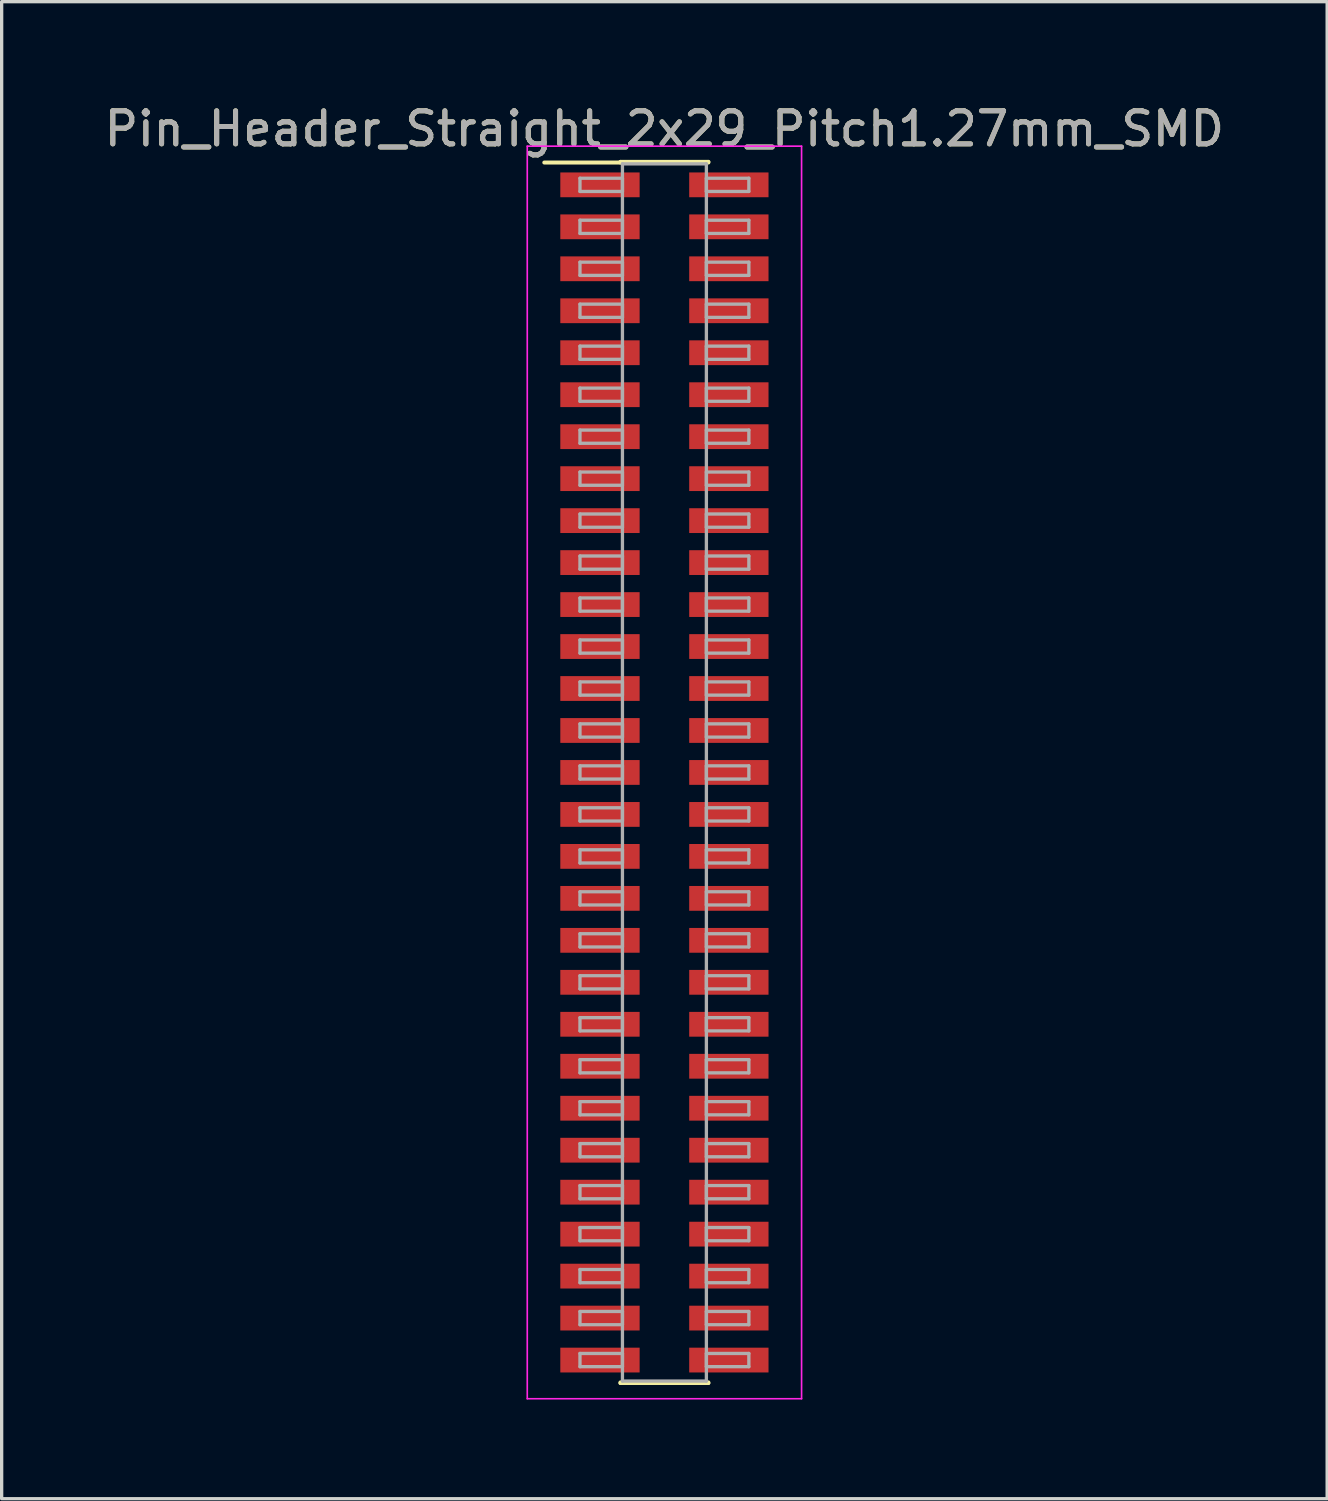
<source format=kicad_pcb>
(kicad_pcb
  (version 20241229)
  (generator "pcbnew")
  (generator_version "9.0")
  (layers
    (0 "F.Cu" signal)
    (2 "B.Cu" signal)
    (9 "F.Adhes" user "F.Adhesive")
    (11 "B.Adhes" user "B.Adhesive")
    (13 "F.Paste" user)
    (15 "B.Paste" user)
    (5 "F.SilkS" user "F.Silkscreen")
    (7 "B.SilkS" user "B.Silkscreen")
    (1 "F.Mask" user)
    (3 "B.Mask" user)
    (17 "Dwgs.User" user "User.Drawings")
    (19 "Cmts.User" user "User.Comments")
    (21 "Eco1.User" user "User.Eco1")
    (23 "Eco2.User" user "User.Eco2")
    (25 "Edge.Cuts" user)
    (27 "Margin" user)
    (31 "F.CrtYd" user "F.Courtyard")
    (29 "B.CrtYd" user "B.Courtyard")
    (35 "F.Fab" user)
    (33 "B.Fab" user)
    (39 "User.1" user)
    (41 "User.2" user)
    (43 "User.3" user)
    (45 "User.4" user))
  (footprint "Pin_Header_Straight_2x29_Pitch1.27mm_SMD"
    (layer "F.Cu")
    (at 17.054 20.323)
    (property "Reference" "Pin_Header_Straight_2x29_Pitch1.27mm_SMD" (at 0 -19.475 0) (layer "F.SilkS") (effects (font (size 1 1) (thickness 0.15))))
    (attr smd)
    (fp_line (start -3.635 -18.455) (end -1.33 -18.455) (stroke (width 0.12) (type solid)) (layer "F.SilkS"))
    (fp_line (start -1.33 -18.475) (end 1.33 -18.475) (stroke (width 0.12) (type solid)) (layer "F.SilkS"))
    (fp_line (start -1.33 -18.455) (end -1.33 -18.475) (stroke (width 0.12) (type solid)) (layer "F.SilkS"))
    (fp_line (start -1.33 18.455) (end -1.33 18.475) (stroke (width 0.12) (type solid)) (layer "F.SilkS"))
    (fp_line (start -1.33 18.475) (end 1.33 18.475) (stroke (width 0.12) (type solid)) (layer "F.SilkS"))
    (fp_line (start 1.33 -18.475) (end 1.33 -18.455) (stroke (width 0.12) (type solid)) (layer "F.SilkS"))
    (fp_line (start 1.33 18.475) (end 1.33 18.455) (stroke (width 0.12) (type solid)) (layer "F.SilkS"))
    (fp_line (start -4.15 -18.95) (end -4.15 18.95) (stroke (width 0.05) (type solid)) (layer "F.CrtYd"))
    (fp_line (start -4.15 18.95) (end 4.15 18.95) (stroke (width 0.05) (type solid)) (layer "F.CrtYd"))
    (fp_line (start 4.15 -18.95) (end -4.15 -18.95) (stroke (width 0.05) (type solid)) (layer "F.CrtYd"))
    (fp_line (start 4.15 18.95) (end 4.15 -18.95) (stroke (width 0.05) (type solid)) (layer "F.CrtYd"))
    (fp_line (start -2.555 -17.98) (end -1.27 -17.98) (stroke (width 0.1) (type solid)) (layer "F.Fab"))
    (fp_line (start -2.555 -17.58) (end -2.555 -17.98) (stroke (width 0.1) (type solid)) (layer "F.Fab"))
    (fp_line (start -2.555 -16.71) (end -1.27 -16.71) (stroke (width 0.1) (type solid)) (layer "F.Fab"))
    (fp_line (start -2.555 -16.31) (end -2.555 -16.71) (stroke (width 0.1) (type solid)) (layer "F.Fab"))
    (fp_line (start -2.555 -15.44) (end -1.27 -15.44) (stroke (width 0.1) (type solid)) (layer "F.Fab"))
    (fp_line (start -2.555 -15.04) (end -2.555 -15.44) (stroke (width 0.1) (type solid)) (layer "F.Fab"))
    (fp_line (start -2.555 -14.17) (end -1.27 -14.17) (stroke (width 0.1) (type solid)) (layer "F.Fab"))
    (fp_line (start -2.555 -13.77) (end -2.555 -14.17) (stroke (width 0.1) (type solid)) (layer "F.Fab"))
    (fp_line (start -2.555 -12.9) (end -1.27 -12.9) (stroke (width 0.1) (type solid)) (layer "F.Fab"))
    (fp_line (start -2.555 -12.5) (end -2.555 -12.9) (stroke (width 0.1) (type solid)) (layer "F.Fab"))
    (fp_line (start -2.555 -11.63) (end -1.27 -11.63) (stroke (width 0.1) (type solid)) (layer "F.Fab"))
    (fp_line (start -2.555 -11.23) (end -2.555 -11.63) (stroke (width 0.1) (type solid)) (layer "F.Fab"))
    (fp_line (start -2.555 -10.36) (end -1.27 -10.36) (stroke (width 0.1) (type solid)) (layer "F.Fab"))
    (fp_line (start -2.555 -9.96) (end -2.555 -10.36) (stroke (width 0.1) (type solid)) (layer "F.Fab"))
    (fp_line (start -2.555 -9.09) (end -1.27 -9.09) (stroke (width 0.1) (type solid)) (layer "F.Fab"))
    (fp_line (start -2.555 -8.69) (end -2.555 -9.09) (stroke (width 0.1) (type solid)) (layer "F.Fab"))
    (fp_line (start -2.555 -7.82) (end -1.27 -7.82) (stroke (width 0.1) (type solid)) (layer "F.Fab"))
    (fp_line (start -2.555 -7.42) (end -2.555 -7.82) (stroke (width 0.1) (type solid)) (layer "F.Fab"))
    (fp_line (start -2.555 -6.55) (end -1.27 -6.55) (stroke (width 0.1) (type solid)) (layer "F.Fab"))
    (fp_line (start -2.555 -6.15) (end -2.555 -6.55) (stroke (width 0.1) (type solid)) (layer "F.Fab"))
    (fp_line (start -2.555 -5.28) (end -1.27 -5.28) (stroke (width 0.1) (type solid)) (layer "F.Fab"))
    (fp_line (start -2.555 -4.88) (end -2.555 -5.28) (stroke (width 0.1) (type solid)) (layer "F.Fab"))
    (fp_line (start -2.555 -4.01) (end -1.27 -4.01) (stroke (width 0.1) (type solid)) (layer "F.Fab"))
    (fp_line (start -2.555 -3.61) (end -2.555 -4.01) (stroke (width 0.1) (type solid)) (layer "F.Fab"))
    (fp_line (start -2.555 -2.74) (end -1.27 -2.74) (stroke (width 0.1) (type solid)) (layer "F.Fab"))
    (fp_line (start -2.555 -2.34) (end -2.555 -2.74) (stroke (width 0.1) (type solid)) (layer "F.Fab"))
    (fp_line (start -2.555 -1.47) (end -1.27 -1.47) (stroke (width 0.1) (type solid)) (layer "F.Fab"))
    (fp_line (start -2.555 -1.07) (end -2.555 -1.47) (stroke (width 0.1) (type solid)) (layer "F.Fab"))
    (fp_line (start -2.555 -0.2) (end -1.27 -0.2) (stroke (width 0.1) (type solid)) (layer "F.Fab"))
    (fp_line (start -2.555 0.2) (end -2.555 -0.2) (stroke (width 0.1) (type solid)) (layer "F.Fab"))
    (fp_line (start -2.555 1.07) (end -1.27 1.07) (stroke (width 0.1) (type solid)) (layer "F.Fab"))
    (fp_line (start -2.555 1.47) (end -2.555 1.07) (stroke (width 0.1) (type solid)) (layer "F.Fab"))
    (fp_line (start -2.555 2.34) (end -1.27 2.34) (stroke (width 0.1) (type solid)) (layer "F.Fab"))
    (fp_line (start -2.555 2.74) (end -2.555 2.34) (stroke (width 0.1) (type solid)) (layer "F.Fab"))
    (fp_line (start -2.555 3.61) (end -1.27 3.61) (stroke (width 0.1) (type solid)) (layer "F.Fab"))
    (fp_line (start -2.555 4.01) (end -2.555 3.61) (stroke (width 0.1) (type solid)) (layer "F.Fab"))
    (fp_line (start -2.555 4.88) (end -1.27 4.88) (stroke (width 0.1) (type solid)) (layer "F.Fab"))
    (fp_line (start -2.555 5.28) (end -2.555 4.88) (stroke (width 0.1) (type solid)) (layer "F.Fab"))
    (fp_line (start -2.555 6.15) (end -1.27 6.15) (stroke (width 0.1) (type solid)) (layer "F.Fab"))
    (fp_line (start -2.555 6.55) (end -2.555 6.15) (stroke (width 0.1) (type solid)) (layer "F.Fab"))
    (fp_line (start -2.555 7.42) (end -1.27 7.42) (stroke (width 0.1) (type solid)) (layer "F.Fab"))
    (fp_line (start -2.555 7.82) (end -2.555 7.42) (stroke (width 0.1) (type solid)) (layer "F.Fab"))
    (fp_line (start -2.555 8.69) (end -1.27 8.69) (stroke (width 0.1) (type solid)) (layer "F.Fab"))
    (fp_line (start -2.555 9.09) (end -2.555 8.69) (stroke (width 0.1) (type solid)) (layer "F.Fab"))
    (fp_line (start -2.555 9.96) (end -1.27 9.96) (stroke (width 0.1) (type solid)) (layer "F.Fab"))
    (fp_line (start -2.555 10.36) (end -2.555 9.96) (stroke (width 0.1) (type solid)) (layer "F.Fab"))
    (fp_line (start -2.555 11.23) (end -1.27 11.23) (stroke (width 0.1) (type solid)) (layer "F.Fab"))
    (fp_line (start -2.555 11.63) (end -2.555 11.23) (stroke (width 0.1) (type solid)) (layer "F.Fab"))
    (fp_line (start -2.555 12.5) (end -1.27 12.5) (stroke (width 0.1) (type solid)) (layer "F.Fab"))
    (fp_line (start -2.555 12.9) (end -2.555 12.5) (stroke (width 0.1) (type solid)) (layer "F.Fab"))
    (fp_line (start -2.555 13.77) (end -1.27 13.77) (stroke (width 0.1) (type solid)) (layer "F.Fab"))
    (fp_line (start -2.555 14.17) (end -2.555 13.77) (stroke (width 0.1) (type solid)) (layer "F.Fab"))
    (fp_line (start -2.555 15.04) (end -1.27 15.04) (stroke (width 0.1) (type solid)) (layer "F.Fab"))
    (fp_line (start -2.555 15.44) (end -2.555 15.04) (stroke (width 0.1) (type solid)) (layer "F.Fab"))
    (fp_line (start -2.555 16.31) (end -1.27 16.31) (stroke (width 0.1) (type solid)) (layer "F.Fab"))
    (fp_line (start -2.555 16.71) (end -2.555 16.31) (stroke (width 0.1) (type solid)) (layer "F.Fab"))
    (fp_line (start -2.555 17.58) (end -1.27 17.58) (stroke (width 0.1) (type solid)) (layer "F.Fab"))
    (fp_line (start -2.555 17.98) (end -2.555 17.58) (stroke (width 0.1) (type solid)) (layer "F.Fab"))
    (fp_line (start -1.27 -18.415) (end -1.27 18.415) (stroke (width 0.1) (type solid)) (layer "F.Fab"))
    (fp_line (start -1.27 -17.98) (end -1.27 -17.58) (stroke (width 0.1) (type solid)) (layer "F.Fab"))
    (fp_line (start -1.27 -17.58) (end -2.555 -17.58) (stroke (width 0.1) (type solid)) (layer "F.Fab"))
    (fp_line (start -1.27 -16.71) (end -1.27 -16.31) (stroke (width 0.1) (type solid)) (layer "F.Fab"))
    (fp_line (start -1.27 -16.31) (end -2.555 -16.31) (stroke (width 0.1) (type solid)) (layer "F.Fab"))
    (fp_line (start -1.27 -15.44) (end -1.27 -15.04) (stroke (width 0.1) (type solid)) (layer "F.Fab"))
    (fp_line (start -1.27 -15.04) (end -2.555 -15.04) (stroke (width 0.1) (type solid)) (layer "F.Fab"))
    (fp_line (start -1.27 -14.17) (end -1.27 -13.77) (stroke (width 0.1) (type solid)) (layer "F.Fab"))
    (fp_line (start -1.27 -13.77) (end -2.555 -13.77) (stroke (width 0.1) (type solid)) (layer "F.Fab"))
    (fp_line (start -1.27 -12.9) (end -1.27 -12.5) (stroke (width 0.1) (type solid)) (layer "F.Fab"))
    (fp_line (start -1.27 -12.5) (end -2.555 -12.5) (stroke (width 0.1) (type solid)) (layer "F.Fab"))
    (fp_line (start -1.27 -11.63) (end -1.27 -11.23) (stroke (width 0.1) (type solid)) (layer "F.Fab"))
    (fp_line (start -1.27 -11.23) (end -2.555 -11.23) (stroke (width 0.1) (type solid)) (layer "F.Fab"))
    (fp_line (start -1.27 -10.36) (end -1.27 -9.96) (stroke (width 0.1) (type solid)) (layer "F.Fab"))
    (fp_line (start -1.27 -9.96) (end -2.555 -9.96) (stroke (width 0.1) (type solid)) (layer "F.Fab"))
    (fp_line (start -1.27 -9.09) (end -1.27 -8.69) (stroke (width 0.1) (type solid)) (layer "F.Fab"))
    (fp_line (start -1.27 -8.69) (end -2.555 -8.69) (stroke (width 0.1) (type solid)) (layer "F.Fab"))
    (fp_line (start -1.27 -7.82) (end -1.27 -7.42) (stroke (width 0.1) (type solid)) (layer "F.Fab"))
    (fp_line (start -1.27 -7.42) (end -2.555 -7.42) (stroke (width 0.1) (type solid)) (layer "F.Fab"))
    (fp_line (start -1.27 -6.55) (end -1.27 -6.15) (stroke (width 0.1) (type solid)) (layer "F.Fab"))
    (fp_line (start -1.27 -6.15) (end -2.555 -6.15) (stroke (width 0.1) (type solid)) (layer "F.Fab"))
    (fp_line (start -1.27 -5.28) (end -1.27 -4.88) (stroke (width 0.1) (type solid)) (layer "F.Fab"))
    (fp_line (start -1.27 -4.88) (end -2.555 -4.88) (stroke (width 0.1) (type solid)) (layer "F.Fab"))
    (fp_line (start -1.27 -4.01) (end -1.27 -3.61) (stroke (width 0.1) (type solid)) (layer "F.Fab"))
    (fp_line (start -1.27 -3.61) (end -2.555 -3.61) (stroke (width 0.1) (type solid)) (layer "F.Fab"))
    (fp_line (start -1.27 -2.74) (end -1.27 -2.34) (stroke (width 0.1) (type solid)) (layer "F.Fab"))
    (fp_line (start -1.27 -2.34) (end -2.555 -2.34) (stroke (width 0.1) (type solid)) (layer "F.Fab"))
    (fp_line (start -1.27 -1.47) (end -1.27 -1.07) (stroke (width 0.1) (type solid)) (layer "F.Fab"))
    (fp_line (start -1.27 -1.07) (end -2.555 -1.07) (stroke (width 0.1) (type solid)) (layer "F.Fab"))
    (fp_line (start -1.27 -0.2) (end -1.27 0.2) (stroke (width 0.1) (type solid)) (layer "F.Fab"))
    (fp_line (start -1.27 0.2) (end -2.555 0.2) (stroke (width 0.1) (type solid)) (layer "F.Fab"))
    (fp_line (start -1.27 1.07) (end -1.27 1.47) (stroke (width 0.1) (type solid)) (layer "F.Fab"))
    (fp_line (start -1.27 1.47) (end -2.555 1.47) (stroke (width 0.1) (type solid)) (layer "F.Fab"))
    (fp_line (start -1.27 2.34) (end -1.27 2.74) (stroke (width 0.1) (type solid)) (layer "F.Fab"))
    (fp_line (start -1.27 2.74) (end -2.555 2.74) (stroke (width 0.1) (type solid)) (layer "F.Fab"))
    (fp_line (start -1.27 3.61) (end -1.27 4.01) (stroke (width 0.1) (type solid)) (layer "F.Fab"))
    (fp_line (start -1.27 4.01) (end -2.555 4.01) (stroke (width 0.1) (type solid)) (layer "F.Fab"))
    (fp_line (start -1.27 4.88) (end -1.27 5.28) (stroke (width 0.1) (type solid)) (layer "F.Fab"))
    (fp_line (start -1.27 5.28) (end -2.555 5.28) (stroke (width 0.1) (type solid)) (layer "F.Fab"))
    (fp_line (start -1.27 6.15) (end -1.27 6.55) (stroke (width 0.1) (type solid)) (layer "F.Fab"))
    (fp_line (start -1.27 6.55) (end -2.555 6.55) (stroke (width 0.1) (type solid)) (layer "F.Fab"))
    (fp_line (start -1.27 7.42) (end -1.27 7.82) (stroke (width 0.1) (type solid)) (layer "F.Fab"))
    (fp_line (start -1.27 7.82) (end -2.555 7.82) (stroke (width 0.1) (type solid)) (layer "F.Fab"))
    (fp_line (start -1.27 8.69) (end -1.27 9.09) (stroke (width 0.1) (type solid)) (layer "F.Fab"))
    (fp_line (start -1.27 9.09) (end -2.555 9.09) (stroke (width 0.1) (type solid)) (layer "F.Fab"))
    (fp_line (start -1.27 9.96) (end -1.27 10.36) (stroke (width 0.1) (type solid)) (layer "F.Fab"))
    (fp_line (start -1.27 10.36) (end -2.555 10.36) (stroke (width 0.1) (type solid)) (layer "F.Fab"))
    (fp_line (start -1.27 11.23) (end -1.27 11.63) (stroke (width 0.1) (type solid)) (layer "F.Fab"))
    (fp_line (start -1.27 11.63) (end -2.555 11.63) (stroke (width 0.1) (type solid)) (layer "F.Fab"))
    (fp_line (start -1.27 12.5) (end -1.27 12.9) (stroke (width 0.1) (type solid)) (layer "F.Fab"))
    (fp_line (start -1.27 12.9) (end -2.555 12.9) (stroke (width 0.1) (type solid)) (layer "F.Fab"))
    (fp_line (start -1.27 13.77) (end -1.27 14.17) (stroke (width 0.1) (type solid)) (layer "F.Fab"))
    (fp_line (start -1.27 14.17) (end -2.555 14.17) (stroke (width 0.1) (type solid)) (layer "F.Fab"))
    (fp_line (start -1.27 15.04) (end -1.27 15.44) (stroke (width 0.1) (type solid)) (layer "F.Fab"))
    (fp_line (start -1.27 15.44) (end -2.555 15.44) (stroke (width 0.1) (type solid)) (layer "F.Fab"))
    (fp_line (start -1.27 16.31) (end -1.27 16.71) (stroke (width 0.1) (type solid)) (layer "F.Fab"))
    (fp_line (start -1.27 16.71) (end -2.555 16.71) (stroke (width 0.1) (type solid)) (layer "F.Fab"))
    (fp_line (start -1.27 17.58) (end -1.27 17.98) (stroke (width 0.1) (type solid)) (layer "F.Fab"))
    (fp_line (start -1.27 17.98) (end -2.555 17.98) (stroke (width 0.1) (type solid)) (layer "F.Fab"))
    (fp_line (start -1.27 18.415) (end 1.27 18.415) (stroke (width 0.1) (type solid)) (layer "F.Fab"))
    (fp_line (start 1.27 -18.415) (end -1.27 -18.415) (stroke (width 0.1) (type solid)) (layer "F.Fab"))
    (fp_line (start 1.27 -17.98) (end 1.27 -17.58) (stroke (width 0.1) (type solid)) (layer "F.Fab"))
    (fp_line (start 1.27 -17.58) (end 2.555 -17.58) (stroke (width 0.1) (type solid)) (layer "F.Fab"))
    (fp_line (start 1.27 -16.71) (end 1.27 -16.31) (stroke (width 0.1) (type solid)) (layer "F.Fab"))
    (fp_line (start 1.27 -16.31) (end 2.555 -16.31) (stroke (width 0.1) (type solid)) (layer "F.Fab"))
    (fp_line (start 1.27 -15.44) (end 1.27 -15.04) (stroke (width 0.1) (type solid)) (layer "F.Fab"))
    (fp_line (start 1.27 -15.04) (end 2.555 -15.04) (stroke (width 0.1) (type solid)) (layer "F.Fab"))
    (fp_line (start 1.27 -14.17) (end 1.27 -13.77) (stroke (width 0.1) (type solid)) (layer "F.Fab"))
    (fp_line (start 1.27 -13.77) (end 2.555 -13.77) (stroke (width 0.1) (type solid)) (layer "F.Fab"))
    (fp_line (start 1.27 -12.9) (end 1.27 -12.5) (stroke (width 0.1) (type solid)) (layer "F.Fab"))
    (fp_line (start 1.27 -12.5) (end 2.555 -12.5) (stroke (width 0.1) (type solid)) (layer "F.Fab"))
    (fp_line (start 1.27 -11.63) (end 1.27 -11.23) (stroke (width 0.1) (type solid)) (layer "F.Fab"))
    (fp_line (start 1.27 -11.23) (end 2.555 -11.23) (stroke (width 0.1) (type solid)) (layer "F.Fab"))
    (fp_line (start 1.27 -10.36) (end 1.27 -9.96) (stroke (width 0.1) (type solid)) (layer "F.Fab"))
    (fp_line (start 1.27 -9.96) (end 2.555 -9.96) (stroke (width 0.1) (type solid)) (layer "F.Fab"))
    (fp_line (start 1.27 -9.09) (end 1.27 -8.69) (stroke (width 0.1) (type solid)) (layer "F.Fab"))
    (fp_line (start 1.27 -8.69) (end 2.555 -8.69) (stroke (width 0.1) (type solid)) (layer "F.Fab"))
    (fp_line (start 1.27 -7.82) (end 1.27 -7.42) (stroke (width 0.1) (type solid)) (layer "F.Fab"))
    (fp_line (start 1.27 -7.42) (end 2.555 -7.42) (stroke (width 0.1) (type solid)) (layer "F.Fab"))
    (fp_line (start 1.27 -6.55) (end 1.27 -6.15) (stroke (width 0.1) (type solid)) (layer "F.Fab"))
    (fp_line (start 1.27 -6.15) (end 2.555 -6.15) (stroke (width 0.1) (type solid)) (layer "F.Fab"))
    (fp_line (start 1.27 -5.28) (end 1.27 -4.88) (stroke (width 0.1) (type solid)) (layer "F.Fab"))
    (fp_line (start 1.27 -4.88) (end 2.555 -4.88) (stroke (width 0.1) (type solid)) (layer "F.Fab"))
    (fp_line (start 1.27 -4.01) (end 1.27 -3.61) (stroke (width 0.1) (type solid)) (layer "F.Fab"))
    (fp_line (start 1.27 -3.61) (end 2.555 -3.61) (stroke (width 0.1) (type solid)) (layer "F.Fab"))
    (fp_line (start 1.27 -2.74) (end 1.27 -2.34) (stroke (width 0.1) (type solid)) (layer "F.Fab"))
    (fp_line (start 1.27 -2.34) (end 2.555 -2.34) (stroke (width 0.1) (type solid)) (layer "F.Fab"))
    (fp_line (start 1.27 -1.47) (end 1.27 -1.07) (stroke (width 0.1) (type solid)) (layer "F.Fab"))
    (fp_line (start 1.27 -1.07) (end 2.555 -1.07) (stroke (width 0.1) (type solid)) (layer "F.Fab"))
    (fp_line (start 1.27 -0.2) (end 1.27 0.2) (stroke (width 0.1) (type solid)) (layer "F.Fab"))
    (fp_line (start 1.27 0.2) (end 2.555 0.2) (stroke (width 0.1) (type solid)) (layer "F.Fab"))
    (fp_line (start 1.27 1.07) (end 1.27 1.47) (stroke (width 0.1) (type solid)) (layer "F.Fab"))
    (fp_line (start 1.27 1.47) (end 2.555 1.47) (stroke (width 0.1) (type solid)) (layer "F.Fab"))
    (fp_line (start 1.27 2.34) (end 1.27 2.74) (stroke (width 0.1) (type solid)) (layer "F.Fab"))
    (fp_line (start 1.27 2.74) (end 2.555 2.74) (stroke (width 0.1) (type solid)) (layer "F.Fab"))
    (fp_line (start 1.27 3.61) (end 1.27 4.01) (stroke (width 0.1) (type solid)) (layer "F.Fab"))
    (fp_line (start 1.27 4.01) (end 2.555 4.01) (stroke (width 0.1) (type solid)) (layer "F.Fab"))
    (fp_line (start 1.27 4.88) (end 1.27 5.28) (stroke (width 0.1) (type solid)) (layer "F.Fab"))
    (fp_line (start 1.27 5.28) (end 2.555 5.28) (stroke (width 0.1) (type solid)) (layer "F.Fab"))
    (fp_line (start 1.27 6.15) (end 1.27 6.55) (stroke (width 0.1) (type solid)) (layer "F.Fab"))
    (fp_line (start 1.27 6.55) (end 2.555 6.55) (stroke (width 0.1) (type solid)) (layer "F.Fab"))
    (fp_line (start 1.27 7.42) (end 1.27 7.82) (stroke (width 0.1) (type solid)) (layer "F.Fab"))
    (fp_line (start 1.27 7.82) (end 2.555 7.82) (stroke (width 0.1) (type solid)) (layer "F.Fab"))
    (fp_line (start 1.27 8.69) (end 1.27 9.09) (stroke (width 0.1) (type solid)) (layer "F.Fab"))
    (fp_line (start 1.27 9.09) (end 2.555 9.09) (stroke (width 0.1) (type solid)) (layer "F.Fab"))
    (fp_line (start 1.27 9.96) (end 1.27 10.36) (stroke (width 0.1) (type solid)) (layer "F.Fab"))
    (fp_line (start 1.27 10.36) (end 2.555 10.36) (stroke (width 0.1) (type solid)) (layer "F.Fab"))
    (fp_line (start 1.27 11.23) (end 1.27 11.63) (stroke (width 0.1) (type solid)) (layer "F.Fab"))
    (fp_line (start 1.27 11.63) (end 2.555 11.63) (stroke (width 0.1) (type solid)) (layer "F.Fab"))
    (fp_line (start 1.27 12.5) (end 1.27 12.9) (stroke (width 0.1) (type solid)) (layer "F.Fab"))
    (fp_line (start 1.27 12.9) (end 2.555 12.9) (stroke (width 0.1) (type solid)) (layer "F.Fab"))
    (fp_line (start 1.27 13.77) (end 1.27 14.17) (stroke (width 0.1) (type solid)) (layer "F.Fab"))
    (fp_line (start 1.27 14.17) (end 2.555 14.17) (stroke (width 0.1) (type solid)) (layer "F.Fab"))
    (fp_line (start 1.27 15.04) (end 1.27 15.44) (stroke (width 0.1) (type solid)) (layer "F.Fab"))
    (fp_line (start 1.27 15.44) (end 2.555 15.44) (stroke (width 0.1) (type solid)) (layer "F.Fab"))
    (fp_line (start 1.27 16.31) (end 1.27 16.71) (stroke (width 0.1) (type solid)) (layer "F.Fab"))
    (fp_line (start 1.27 16.71) (end 2.555 16.71) (stroke (width 0.1) (type solid)) (layer "F.Fab"))
    (fp_line (start 1.27 17.58) (end 1.27 17.98) (stroke (width 0.1) (type solid)) (layer "F.Fab"))
    (fp_line (start 1.27 17.98) (end 2.555 17.98) (stroke (width 0.1) (type solid)) (layer "F.Fab"))
    (fp_line (start 1.27 18.415) (end 1.27 -18.415) (stroke (width 0.1) (type solid)) (layer "F.Fab"))
    (fp_line (start 2.555 -17.98) (end 1.27 -17.98) (stroke (width 0.1) (type solid)) (layer "F.Fab"))
    (fp_line (start 2.555 -17.58) (end 2.555 -17.98) (stroke (width 0.1) (type solid)) (layer "F.Fab"))
    (fp_line (start 2.555 -16.71) (end 1.27 -16.71) (stroke (width 0.1) (type solid)) (layer "F.Fab"))
    (fp_line (start 2.555 -16.31) (end 2.555 -16.71) (stroke (width 0.1) (type solid)) (layer "F.Fab"))
    (fp_line (start 2.555 -15.44) (end 1.27 -15.44) (stroke (width 0.1) (type solid)) (layer "F.Fab"))
    (fp_line (start 2.555 -15.04) (end 2.555 -15.44) (stroke (width 0.1) (type solid)) (layer "F.Fab"))
    (fp_line (start 2.555 -14.17) (end 1.27 -14.17) (stroke (width 0.1) (type solid)) (layer "F.Fab"))
    (fp_line (start 2.555 -13.77) (end 2.555 -14.17) (stroke (width 0.1) (type solid)) (layer "F.Fab"))
    (fp_line (start 2.555 -12.9) (end 1.27 -12.9) (stroke (width 0.1) (type solid)) (layer "F.Fab"))
    (fp_line (start 2.555 -12.5) (end 2.555 -12.9) (stroke (width 0.1) (type solid)) (layer "F.Fab"))
    (fp_line (start 2.555 -11.63) (end 1.27 -11.63) (stroke (width 0.1) (type solid)) (layer "F.Fab"))
    (fp_line (start 2.555 -11.23) (end 2.555 -11.63) (stroke (width 0.1) (type solid)) (layer "F.Fab"))
    (fp_line (start 2.555 -10.36) (end 1.27 -10.36) (stroke (width 0.1) (type solid)) (layer "F.Fab"))
    (fp_line (start 2.555 -9.96) (end 2.555 -10.36) (stroke (width 0.1) (type solid)) (layer "F.Fab"))
    (fp_line (start 2.555 -9.09) (end 1.27 -9.09) (stroke (width 0.1) (type solid)) (layer "F.Fab"))
    (fp_line (start 2.555 -8.69) (end 2.555 -9.09) (stroke (width 0.1) (type solid)) (layer "F.Fab"))
    (fp_line (start 2.555 -7.82) (end 1.27 -7.82) (stroke (width 0.1) (type solid)) (layer "F.Fab"))
    (fp_line (start 2.555 -7.42) (end 2.555 -7.82) (stroke (width 0.1) (type solid)) (layer "F.Fab"))
    (fp_line (start 2.555 -6.55) (end 1.27 -6.55) (stroke (width 0.1) (type solid)) (layer "F.Fab"))
    (fp_line (start 2.555 -6.15) (end 2.555 -6.55) (stroke (width 0.1) (type solid)) (layer "F.Fab"))
    (fp_line (start 2.555 -5.28) (end 1.27 -5.28) (stroke (width 0.1) (type solid)) (layer "F.Fab"))
    (fp_line (start 2.555 -4.88) (end 2.555 -5.28) (stroke (width 0.1) (type solid)) (layer "F.Fab"))
    (fp_line (start 2.555 -4.01) (end 1.27 -4.01) (stroke (width 0.1) (type solid)) (layer "F.Fab"))
    (fp_line (start 2.555 -3.61) (end 2.555 -4.01) (stroke (width 0.1) (type solid)) (layer "F.Fab"))
    (fp_line (start 2.555 -2.74) (end 1.27 -2.74) (stroke (width 0.1) (type solid)) (layer "F.Fab"))
    (fp_line (start 2.555 -2.34) (end 2.555 -2.74) (stroke (width 0.1) (type solid)) (layer "F.Fab"))
    (fp_line (start 2.555 -1.47) (end 1.27 -1.47) (stroke (width 0.1) (type solid)) (layer "F.Fab"))
    (fp_line (start 2.555 -1.07) (end 2.555 -1.47) (stroke (width 0.1) (type solid)) (layer "F.Fab"))
    (fp_line (start 2.555 -0.2) (end 1.27 -0.2) (stroke (width 0.1) (type solid)) (layer "F.Fab"))
    (fp_line (start 2.555 0.2) (end 2.555 -0.2) (stroke (width 0.1) (type solid)) (layer "F.Fab"))
    (fp_line (start 2.555 1.07) (end 1.27 1.07) (stroke (width 0.1) (type solid)) (layer "F.Fab"))
    (fp_line (start 2.555 1.47) (end 2.555 1.07) (stroke (width 0.1) (type solid)) (layer "F.Fab"))
    (fp_line (start 2.555 2.34) (end 1.27 2.34) (stroke (width 0.1) (type solid)) (layer "F.Fab"))
    (fp_line (start 2.555 2.74) (end 2.555 2.34) (stroke (width 0.1) (type solid)) (layer "F.Fab"))
    (fp_line (start 2.555 3.61) (end 1.27 3.61) (stroke (width 0.1) (type solid)) (layer "F.Fab"))
    (fp_line (start 2.555 4.01) (end 2.555 3.61) (stroke (width 0.1) (type solid)) (layer "F.Fab"))
    (fp_line (start 2.555 4.88) (end 1.27 4.88) (stroke (width 0.1) (type solid)) (layer "F.Fab"))
    (fp_line (start 2.555 5.28) (end 2.555 4.88) (stroke (width 0.1) (type solid)) (layer "F.Fab"))
    (fp_line (start 2.555 6.15) (end 1.27 6.15) (stroke (width 0.1) (type solid)) (layer "F.Fab"))
    (fp_line (start 2.555 6.55) (end 2.555 6.15) (stroke (width 0.1) (type solid)) (layer "F.Fab"))
    (fp_line (start 2.555 7.42) (end 1.27 7.42) (stroke (width 0.1) (type solid)) (layer "F.Fab"))
    (fp_line (start 2.555 7.82) (end 2.555 7.42) (stroke (width 0.1) (type solid)) (layer "F.Fab"))
    (fp_line (start 2.555 8.69) (end 1.27 8.69) (stroke (width 0.1) (type solid)) (layer "F.Fab"))
    (fp_line (start 2.555 9.09) (end 2.555 8.69) (stroke (width 0.1) (type solid)) (layer "F.Fab"))
    (fp_line (start 2.555 9.96) (end 1.27 9.96) (stroke (width 0.1) (type solid)) (layer "F.Fab"))
    (fp_line (start 2.555 10.36) (end 2.555 9.96) (stroke (width 0.1) (type solid)) (layer "F.Fab"))
    (fp_line (start 2.555 11.23) (end 1.27 11.23) (stroke (width 0.1) (type solid)) (layer "F.Fab"))
    (fp_line (start 2.555 11.63) (end 2.555 11.23) (stroke (width 0.1) (type solid)) (layer "F.Fab"))
    (fp_line (start 2.555 12.5) (end 1.27 12.5) (stroke (width 0.1) (type solid)) (layer "F.Fab"))
    (fp_line (start 2.555 12.9) (end 2.555 12.5) (stroke (width 0.1) (type solid)) (layer "F.Fab"))
    (fp_line (start 2.555 13.77) (end 1.27 13.77) (stroke (width 0.1) (type solid)) (layer "F.Fab"))
    (fp_line (start 2.555 14.17) (end 2.555 13.77) (stroke (width 0.1) (type solid)) (layer "F.Fab"))
    (fp_line (start 2.555 15.04) (end 1.27 15.04) (stroke (width 0.1) (type solid)) (layer "F.Fab"))
    (fp_line (start 2.555 15.44) (end 2.555 15.04) (stroke (width 0.1) (type solid)) (layer "F.Fab"))
    (fp_line (start 2.555 16.31) (end 1.27 16.31) (stroke (width 0.1) (type solid)) (layer "F.Fab"))
    (fp_line (start 2.555 16.71) (end 2.555 16.31) (stroke (width 0.1) (type solid)) (layer "F.Fab"))
    (fp_line (start 2.555 17.58) (end 1.27 17.58) (stroke (width 0.1) (type solid)) (layer "F.Fab"))
    (fp_line (start 2.555 17.98) (end 2.555 17.58) (stroke (width 0.1) (type solid)) (layer "F.Fab"))
    (fp_text user "${REFERENCE}" (at 0 -19.475 0) (layer "F.Fab") (effects (font (size 1 1) (thickness 0.15))))
    (pad "1" smd rect (at -1.95 -17.78) (size 2.4 0.75) (layers "F.Cu" "F.Mask" "F.Paste"))
    (pad "2" smd rect (at 1.95 -17.78) (size 2.4 0.75) (layers "F.Cu" "F.Mask" "F.Paste"))
    (pad "3" smd rect (at -1.95 -16.51) (size 2.4 0.75) (layers "F.Cu" "F.Mask" "F.Paste"))
    (pad "4" smd rect (at 1.95 -16.51) (size 2.4 0.75) (layers "F.Cu" "F.Mask" "F.Paste"))
    (pad "5" smd rect (at -1.95 -15.24) (size 2.4 0.75) (layers "F.Cu" "F.Mask" "F.Paste"))
    (pad "6" smd rect (at 1.95 -15.24) (size 2.4 0.75) (layers "F.Cu" "F.Mask" "F.Paste"))
    (pad "7" smd rect (at -1.95 -13.97) (size 2.4 0.75) (layers "F.Cu" "F.Mask" "F.Paste"))
    (pad "8" smd rect (at 1.95 -13.97) (size 2.4 0.75) (layers "F.Cu" "F.Mask" "F.Paste"))
    (pad "9" smd rect (at -1.95 -12.7) (size 2.4 0.75) (layers "F.Cu" "F.Mask" "F.Paste"))
    (pad "10" smd rect (at 1.95 -12.7) (size 2.4 0.75) (layers "F.Cu" "F.Mask" "F.Paste"))
    (pad "11" smd rect (at -1.95 -11.43) (size 2.4 0.75) (layers "F.Cu" "F.Mask" "F.Paste"))
    (pad "12" smd rect (at 1.95 -11.43) (size 2.4 0.75) (layers "F.Cu" "F.Mask" "F.Paste"))
    (pad "13" smd rect (at -1.95 -10.16) (size 2.4 0.75) (layers "F.Cu" "F.Mask" "F.Paste"))
    (pad "14" smd rect (at 1.95 -10.16) (size 2.4 0.75) (layers "F.Cu" "F.Mask" "F.Paste"))
    (pad "15" smd rect (at -1.95 -8.89) (size 2.4 0.75) (layers "F.Cu" "F.Mask" "F.Paste"))
    (pad "16" smd rect (at 1.95 -8.89) (size 2.4 0.75) (layers "F.Cu" "F.Mask" "F.Paste"))
    (pad "17" smd rect (at -1.95 -7.62) (size 2.4 0.75) (layers "F.Cu" "F.Mask" "F.Paste"))
    (pad "18" smd rect (at 1.95 -7.62) (size 2.4 0.75) (layers "F.Cu" "F.Mask" "F.Paste"))
    (pad "19" smd rect (at -1.95 -6.35) (size 2.4 0.75) (layers "F.Cu" "F.Mask" "F.Paste"))
    (pad "20" smd rect (at 1.95 -6.35) (size 2.4 0.75) (layers "F.Cu" "F.Mask" "F.Paste"))
    (pad "21" smd rect (at -1.95 -5.08) (size 2.4 0.75) (layers "F.Cu" "F.Mask" "F.Paste"))
    (pad "22" smd rect (at 1.95 -5.08) (size 2.4 0.75) (layers "F.Cu" "F.Mask" "F.Paste"))
    (pad "23" smd rect (at -1.95 -3.81) (size 2.4 0.75) (layers "F.Cu" "F.Mask" "F.Paste"))
    (pad "24" smd rect (at 1.95 -3.81) (size 2.4 0.75) (layers "F.Cu" "F.Mask" "F.Paste"))
    (pad "25" smd rect (at -1.95 -2.54) (size 2.4 0.75) (layers "F.Cu" "F.Mask" "F.Paste"))
    (pad "26" smd rect (at 1.95 -2.54) (size 2.4 0.75) (layers "F.Cu" "F.Mask" "F.Paste"))
    (pad "27" smd rect (at -1.95 -1.27) (size 2.4 0.75) (layers "F.Cu" "F.Mask" "F.Paste"))
    (pad "28" smd rect (at 1.95 -1.27) (size 2.4 0.75) (layers "F.Cu" "F.Mask" "F.Paste"))
    (pad "29" smd rect (at -1.95 0) (size 2.4 0.75) (layers "F.Cu" "F.Mask" "F.Paste"))
    (pad "30" smd rect (at 1.95 0) (size 2.4 0.75) (layers "F.Cu" "F.Mask" "F.Paste"))
    (pad "31" smd rect (at -1.95 1.27) (size 2.4 0.75) (layers "F.Cu" "F.Mask" "F.Paste"))
    (pad "32" smd rect (at 1.95 1.27) (size 2.4 0.75) (layers "F.Cu" "F.Mask" "F.Paste"))
    (pad "33" smd rect (at -1.95 2.54) (size 2.4 0.75) (layers "F.Cu" "F.Mask" "F.Paste"))
    (pad "34" smd rect (at 1.95 2.54) (size 2.4 0.75) (layers "F.Cu" "F.Mask" "F.Paste"))
    (pad "35" smd rect (at -1.95 3.81) (size 2.4 0.75) (layers "F.Cu" "F.Mask" "F.Paste"))
    (pad "36" smd rect (at 1.95 3.81) (size 2.4 0.75) (layers "F.Cu" "F.Mask" "F.Paste"))
    (pad "37" smd rect (at -1.95 5.08) (size 2.4 0.75) (layers "F.Cu" "F.Mask" "F.Paste"))
    (pad "38" smd rect (at 1.95 5.08) (size 2.4 0.75) (layers "F.Cu" "F.Mask" "F.Paste"))
    (pad "39" smd rect (at -1.95 6.35) (size 2.4 0.75) (layers "F.Cu" "F.Mask" "F.Paste"))
    (pad "40" smd rect (at 1.95 6.35) (size 2.4 0.75) (layers "F.Cu" "F.Mask" "F.Paste"))
    (pad "41" smd rect (at -1.95 7.62) (size 2.4 0.75) (layers "F.Cu" "F.Mask" "F.Paste"))
    (pad "42" smd rect (at 1.95 7.62) (size 2.4 0.75) (layers "F.Cu" "F.Mask" "F.Paste"))
    (pad "43" smd rect (at -1.95 8.89) (size 2.4 0.75) (layers "F.Cu" "F.Mask" "F.Paste"))
    (pad "44" smd rect (at 1.95 8.89) (size 2.4 0.75) (layers "F.Cu" "F.Mask" "F.Paste"))
    (pad "45" smd rect (at -1.95 10.16) (size 2.4 0.75) (layers "F.Cu" "F.Mask" "F.Paste"))
    (pad "46" smd rect (at 1.95 10.16) (size 2.4 0.75) (layers "F.Cu" "F.Mask" "F.Paste"))
    (pad "47" smd rect (at -1.95 11.43) (size 2.4 0.75) (layers "F.Cu" "F.Mask" "F.Paste"))
    (pad "48" smd rect (at 1.95 11.43) (size 2.4 0.75) (layers "F.Cu" "F.Mask" "F.Paste"))
    (pad "49" smd rect (at -1.95 12.7) (size 2.4 0.75) (layers "F.Cu" "F.Mask" "F.Paste"))
    (pad "50" smd rect (at 1.95 12.7) (size 2.4 0.75) (layers "F.Cu" "F.Mask" "F.Paste"))
    (pad "51" smd rect (at -1.95 13.97) (size 2.4 0.75) (layers "F.Cu" "F.Mask" "F.Paste"))
    (pad "52" smd rect (at 1.95 13.97) (size 2.4 0.75) (layers "F.Cu" "F.Mask" "F.Paste"))
    (pad "53" smd rect (at -1.95 15.24) (size 2.4 0.75) (layers "F.Cu" "F.Mask" "F.Paste"))
    (pad "54" smd rect (at 1.95 15.24) (size 2.4 0.75) (layers "F.Cu" "F.Mask" "F.Paste"))
    (pad "55" smd rect (at -1.95 16.51) (size 2.4 0.75) (layers "F.Cu" "F.Mask" "F.Paste"))
    (pad "56" smd rect (at 1.95 16.51) (size 2.4 0.75) (layers "F.Cu" "F.Mask" "F.Paste"))
    (pad "57" smd rect (at -1.95 17.78) (size 2.4 0.75) (layers "F.Cu" "F.Mask" "F.Paste"))
    (pad "58" smd rect (at 1.95 17.78) (size 2.4 0.75) (layers "F.Cu" "F.Mask" "F.Paste")))
  (gr_rect
    (start -3 -3)
    (end 37.107 42.298)
    (stroke (width 0.1) (type default))
    (fill no)
    (layer "Edge.Cuts")))
</source>
